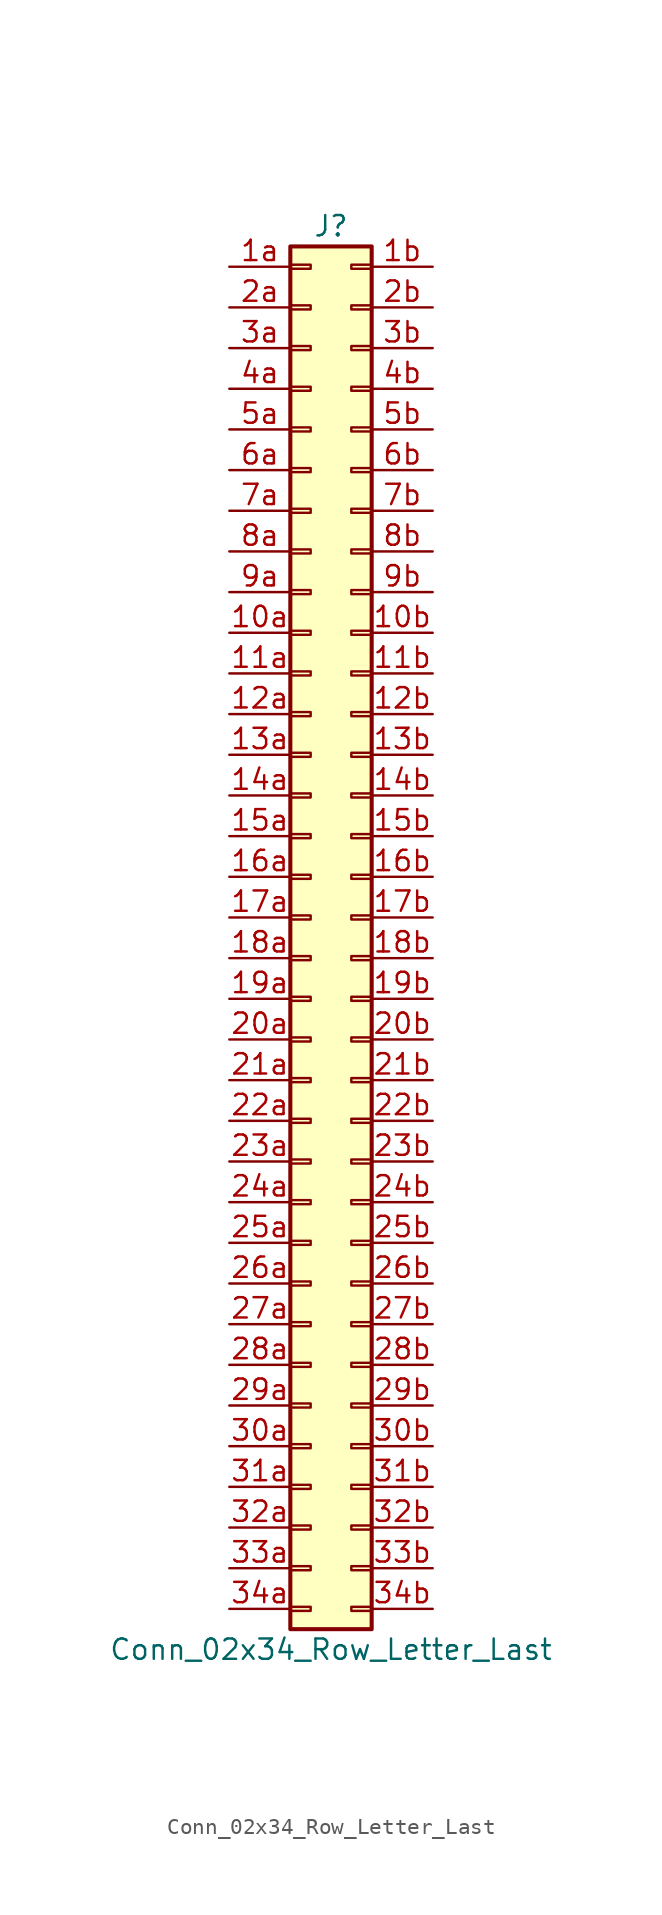
<source format=kicad_sym>
(kicad_symbol_lib
  (version 20201005)
  (generator kicad_symbol_editor)
  (symbol "Connector_Generic:Conn_02x34_Row_Letter_Last"
    (pin_names
      (offset 1.016) hide)
    (property "Reference" "J"
      (at 1.27 43.18 0)
      (effects (font (size 1.27 1.27))))
    (property "Value" "Conn_02x34_Row_Letter_Last"
      (at 1.27 -45.72 0)
      (effects (font (size 1.27 1.27))))
    (symbol "Conn_02x34_Row_Letter_Last_1_1"
      (rectangle (start -1.27 -27.813) (end 0 -28.067) (stroke (width 0.152)) (fill (type none)))
      (rectangle (start -1.27 -30.353) (end 0 -30.607) (stroke (width 0.152)) (fill (type none)))
      (rectangle (start -1.27 -32.893) (end 0 -33.147) (stroke (width 0.152)) (fill (type none)))
      (rectangle (start -1.27 -35.433) (end 0 -35.687) (stroke (width 0.152)) (fill (type none)))
      (rectangle (start -1.27 -37.973) (end 0 -38.227) (stroke (width 0.152)) (fill (type none)))
      (rectangle (start -1.27 -40.513) (end 0 -40.767) (stroke (width 0.152)) (fill (type none)))
      (rectangle (start -1.27 -43.053) (end 0 -43.307) (stroke (width 0.152)) (fill (type none)))
      (rectangle (start -1.27 -4.953) (end 0 -5.207) (stroke (width 0.152)) (fill (type none)))
      (rectangle (start -1.27 -7.493) (end 0 -7.747) (stroke (width 0.152)) (fill (type none)))
      (rectangle (start -1.27 -10.033) (end 0 -10.287) (stroke (width 0.152)) (fill (type none)))
      (rectangle (start -1.27 -12.573) (end 0 -12.827) (stroke (width 0.152)) (fill (type none)))
      (rectangle (start -1.27 -15.113) (end 0 -15.367) (stroke (width 0.152)) (fill (type none)))
      (rectangle (start -1.27 -17.653) (end 0 -17.907) (stroke (width 0.152)) (fill (type none)))
      (rectangle (start -1.27 -20.193) (end 0 -20.447) (stroke (width 0.152)) (fill (type none)))
      (rectangle (start -1.27 -22.733) (end 0 -22.987) (stroke (width 0.152)) (fill (type none)))
      (rectangle (start -1.27 -2.413) (end 0 -2.667) (stroke (width 0.152)) (fill (type none)))
      (rectangle (start -1.27 -25.273) (end 0 -25.527) (stroke (width 0.152)) (fill (type none)))
      (rectangle (start -1.27 25.527) (end 0 25.273) (stroke (width 0.152)) (fill (type none)))
      (rectangle (start -1.27 2.667) (end 0 2.413) (stroke (width 0.152)) (fill (type none)))
      (rectangle (start -1.27 28.067) (end 0 27.813) (stroke (width 0.152)) (fill (type none)))
      (rectangle (start -1.27 30.607) (end 0 30.353) (stroke (width 0.152)) (fill (type none)))
      (rectangle (start -1.27 33.147) (end 0 32.893) (stroke (width 0.152)) (fill (type none)))
      (rectangle (start -1.27 35.687) (end 0 35.433) (stroke (width 0.152)) (fill (type none)))
      (rectangle (start -1.27 38.227) (end 0 37.973) (stroke (width 0.152)) (fill (type none)))
      (rectangle (start -1.27 40.767) (end 0 40.513) (stroke (width 0.152)) (fill (type none)))
      (rectangle (start -1.27 41.91) (end 3.81 -44.45) (stroke (width 0.254)) (fill (type background)))
      (rectangle (start -1.27 5.207) (end 0 4.953) (stroke (width 0.152)) (fill (type none)))
      (rectangle (start -1.27 7.747) (end 0 7.493) (stroke (width 0.152)) (fill (type none)))
      (rectangle (start -1.27 10.287) (end 0 10.033) (stroke (width 0.152)) (fill (type none)))
      (rectangle (start -1.27 0.127) (end 0 -0.127) (stroke (width 0.152)) (fill (type none)))
      (rectangle (start -1.27 12.827) (end 0 12.573) (stroke (width 0.152)) (fill (type none)))
      (rectangle (start -1.27 15.367) (end 0 15.113) (stroke (width 0.152)) (fill (type none)))
      (rectangle (start -1.27 17.907) (end 0 17.653) (stroke (width 0.152)) (fill (type none)))
      (rectangle (start -1.27 20.447) (end 0 20.193) (stroke (width 0.152)) (fill (type none)))
      (rectangle (start -1.27 22.987) (end 0 22.733) (stroke (width 0.152)) (fill (type none)))
      (rectangle (start 3.81 -27.813) (end 2.54 -28.067) (stroke (width 0.152)) (fill (type none)))
      (rectangle (start 3.81 -30.353) (end 2.54 -30.607) (stroke (width 0.152)) (fill (type none)))
      (rectangle (start 3.81 -32.893) (end 2.54 -33.147) (stroke (width 0.152)) (fill (type none)))
      (rectangle (start 3.81 -35.433) (end 2.54 -35.687) (stroke (width 0.152)) (fill (type none)))
      (rectangle (start 3.81 -37.973) (end 2.54 -38.227) (stroke (width 0.152)) (fill (type none)))
      (rectangle (start 3.81 -40.513) (end 2.54 -40.767) (stroke (width 0.152)) (fill (type none)))
      (rectangle (start 3.81 -43.053) (end 2.54 -43.307) (stroke (width 0.152)) (fill (type none)))
      (rectangle (start 3.81 -4.953) (end 2.54 -5.207) (stroke (width 0.152)) (fill (type none)))
      (rectangle (start 3.81 -7.493) (end 2.54 -7.747) (stroke (width 0.152)) (fill (type none)))
      (rectangle (start 3.81 -10.033) (end 2.54 -10.287) (stroke (width 0.152)) (fill (type none)))
      (rectangle (start 3.81 -12.573) (end 2.54 -12.827) (stroke (width 0.152)) (fill (type none)))
      (rectangle (start 3.81 -15.113) (end 2.54 -15.367) (stroke (width 0.152)) (fill (type none)))
      (rectangle (start 3.81 -17.653) (end 2.54 -17.907) (stroke (width 0.152)) (fill (type none)))
      (rectangle (start 3.81 -20.193) (end 2.54 -20.447) (stroke (width 0.152)) (fill (type none)))
      (rectangle (start 3.81 -22.733) (end 2.54 -22.987) (stroke (width 0.152)) (fill (type none)))
      (rectangle (start 3.81 -2.413) (end 2.54 -2.667) (stroke (width 0.152)) (fill (type none)))
      (rectangle (start 3.81 -25.273) (end 2.54 -25.527) (stroke (width 0.152)) (fill (type none)))
      (rectangle (start 3.81 25.527) (end 2.54 25.273) (stroke (width 0.152)) (fill (type none)))
      (rectangle (start 3.81 2.667) (end 2.54 2.413) (stroke (width 0.152)) (fill (type none)))
      (rectangle (start 3.81 28.067) (end 2.54 27.813) (stroke (width 0.152)) (fill (type none)))
      (rectangle (start 3.81 30.607) (end 2.54 30.353) (stroke (width 0.152)) (fill (type none)))
      (rectangle (start 3.81 33.147) (end 2.54 32.893) (stroke (width 0.152)) (fill (type none)))
      (rectangle (start 3.81 35.687) (end 2.54 35.433) (stroke (width 0.152)) (fill (type none)))
      (rectangle (start 3.81 38.227) (end 2.54 37.973) (stroke (width 0.152)) (fill (type none)))
      (rectangle (start 3.81 40.767) (end 2.54 40.513) (stroke (width 0.152)) (fill (type none)))
      (rectangle (start 3.81 5.207) (end 2.54 4.953) (stroke (width 0.152)) (fill (type none)))
      (rectangle (start 3.81 7.747) (end 2.54 7.493) (stroke (width 0.152)) (fill (type none)))
      (rectangle (start 3.81 10.287) (end 2.54 10.033) (stroke (width 0.152)) (fill (type none)))
      (rectangle (start 3.81 0.127) (end 2.54 -0.127) (stroke (width 0.152)) (fill (type none)))
      (rectangle (start 3.81 12.827) (end 2.54 12.573) (stroke (width 0.152)) (fill (type none)))
      (rectangle (start 3.81 15.367) (end 2.54 15.113) (stroke (width 0.152)) (fill (type none)))
      (rectangle (start 3.81 17.907) (end 2.54 17.653) (stroke (width 0.152)) (fill (type none)))
      (rectangle (start 3.81 20.447) (end 2.54 20.193) (stroke (width 0.152)) (fill (type none)))
      (rectangle (start 3.81 22.987) (end 2.54 22.733) (stroke (width 0.152)) (fill (type none)))
      (pin passive line (at -5.08 17.78 0) (length 3.81) (name "Pin_10a" (effects (font (size 1.27 1.27)))) (number "10a" (effects (font (size 1.27 1.27)))))
      (pin passive line (at 7.62 17.78 180) (length 3.81) (name "Pin_10b" (effects (font (size 1.27 1.27)))) (number "10b" (effects (font (size 1.27 1.27)))))
      (pin passive line (at -5.08 15.24 0) (length 3.81) (name "Pin_11a" (effects (font (size 1.27 1.27)))) (number "11a" (effects (font (size 1.27 1.27)))))
      (pin passive line (at 7.62 15.24 180) (length 3.81) (name "Pin_11b" (effects (font (size 1.27 1.27)))) (number "11b" (effects (font (size 1.27 1.27)))))
      (pin passive line (at -5.08 12.7 0) (length 3.81) (name "Pin_12a" (effects (font (size 1.27 1.27)))) (number "12a" (effects (font (size 1.27 1.27)))))
      (pin passive line (at 7.62 12.7 180) (length 3.81) (name "Pin_12b" (effects (font (size 1.27 1.27)))) (number "12b" (effects (font (size 1.27 1.27)))))
      (pin passive line (at -5.08 10.16 0) (length 3.81) (name "Pin_13a" (effects (font (size 1.27 1.27)))) (number "13a" (effects (font (size 1.27 1.27)))))
      (pin passive line (at 7.62 10.16 180) (length 3.81) (name "Pin_13b" (effects (font (size 1.27 1.27)))) (number "13b" (effects (font (size 1.27 1.27)))))
      (pin passive line (at -5.08 7.62 0) (length 3.81) (name "Pin_14a" (effects (font (size 1.27 1.27)))) (number "14a" (effects (font (size 1.27 1.27)))))
      (pin passive line (at 7.62 7.62 180) (length 3.81) (name "Pin_14b" (effects (font (size 1.27 1.27)))) (number "14b" (effects (font (size 1.27 1.27)))))
      (pin passive line (at -5.08 5.08 0) (length 3.81) (name "Pin_15a" (effects (font (size 1.27 1.27)))) (number "15a" (effects (font (size 1.27 1.27)))))
      (pin passive line (at 7.62 5.08 180) (length 3.81) (name "Pin_15b" (effects (font (size 1.27 1.27)))) (number "15b" (effects (font (size 1.27 1.27)))))
      (pin passive line (at -5.08 2.54 0) (length 3.81) (name "Pin_16a" (effects (font (size 1.27 1.27)))) (number "16a" (effects (font (size 1.27 1.27)))))
      (pin passive line (at 7.62 2.54 180) (length 3.81) (name "Pin_16b" (effects (font (size 1.27 1.27)))) (number "16b" (effects (font (size 1.27 1.27)))))
      (pin passive line (at -5.08 0 0) (length 3.81) (name "Pin_17a" (effects (font (size 1.27 1.27)))) (number "17a" (effects (font (size 1.27 1.27)))))
      (pin passive line (at 7.62 0 180) (length 3.81) (name "Pin_17b" (effects (font (size 1.27 1.27)))) (number "17b" (effects (font (size 1.27 1.27)))))
      (pin passive line (at -5.08 -2.54 0) (length 3.81) (name "Pin_18a" (effects (font (size 1.27 1.27)))) (number "18a" (effects (font (size 1.27 1.27)))))
      (pin passive line (at 7.62 -2.54 180) (length 3.81) (name "Pin_18b" (effects (font (size 1.27 1.27)))) (number "18b" (effects (font (size 1.27 1.27)))))
      (pin passive line (at -5.08 -5.08 0) (length 3.81) (name "Pin_19a" (effects (font (size 1.27 1.27)))) (number "19a" (effects (font (size 1.27 1.27)))))
      (pin passive line (at 7.62 -5.08 180) (length 3.81) (name "Pin_19b" (effects (font (size 1.27 1.27)))) (number "19b" (effects (font (size 1.27 1.27)))))
      (pin passive line (at -5.08 40.64 0) (length 3.81) (name "Pin_1a" (effects (font (size 1.27 1.27)))) (number "1a" (effects (font (size 1.27 1.27)))))
      (pin passive line (at 7.62 40.64 180) (length 3.81) (name "Pin_1b" (effects (font (size 1.27 1.27)))) (number "1b" (effects (font (size 1.27 1.27)))))
      (pin passive line (at -5.08 -7.62 0) (length 3.81) (name "Pin_20a" (effects (font (size 1.27 1.27)))) (number "20a" (effects (font (size 1.27 1.27)))))
      (pin passive line (at 7.62 -7.62 180) (length 3.81) (name "Pin_20b" (effects (font (size 1.27 1.27)))) (number "20b" (effects (font (size 1.27 1.27)))))
      (pin passive line (at -5.08 -10.16 0) (length 3.81) (name "Pin_21a" (effects (font (size 1.27 1.27)))) (number "21a" (effects (font (size 1.27 1.27)))))
      (pin passive line (at 7.62 -10.16 180) (length 3.81) (name "Pin_21b" (effects (font (size 1.27 1.27)))) (number "21b" (effects (font (size 1.27 1.27)))))
      (pin passive line (at -5.08 -12.7 0) (length 3.81) (name "Pin_22a" (effects (font (size 1.27 1.27)))) (number "22a" (effects (font (size 1.27 1.27)))))
      (pin passive line (at 7.62 -12.7 180) (length 3.81) (name "Pin_22b" (effects (font (size 1.27 1.27)))) (number "22b" (effects (font (size 1.27 1.27)))))
      (pin passive line (at -5.08 -15.24 0) (length 3.81) (name "Pin_23a" (effects (font (size 1.27 1.27)))) (number "23a" (effects (font (size 1.27 1.27)))))
      (pin passive line (at 7.62 -15.24 180) (length 3.81) (name "Pin_23b" (effects (font (size 1.27 1.27)))) (number "23b" (effects (font (size 1.27 1.27)))))
      (pin passive line (at -5.08 -17.78 0) (length 3.81) (name "Pin_24a" (effects (font (size 1.27 1.27)))) (number "24a" (effects (font (size 1.27 1.27)))))
      (pin passive line (at 7.62 -17.78 180) (length 3.81) (name "Pin_24b" (effects (font (size 1.27 1.27)))) (number "24b" (effects (font (size 1.27 1.27)))))
      (pin passive line (at -5.08 -20.32 0) (length 3.81) (name "Pin_25a" (effects (font (size 1.27 1.27)))) (number "25a" (effects (font (size 1.27 1.27)))))
      (pin passive line (at 7.62 -20.32 180) (length 3.81) (name "Pin_25b" (effects (font (size 1.27 1.27)))) (number "25b" (effects (font (size 1.27 1.27)))))
      (pin passive line (at -5.08 -22.86 0) (length 3.81) (name "Pin_26a" (effects (font (size 1.27 1.27)))) (number "26a" (effects (font (size 1.27 1.27)))))
      (pin passive line (at 7.62 -22.86 180) (length 3.81) (name "Pin_26b" (effects (font (size 1.27 1.27)))) (number "26b" (effects (font (size 1.27 1.27)))))
      (pin passive line (at -5.08 -25.4 0) (length 3.81) (name "Pin_27a" (effects (font (size 1.27 1.27)))) (number "27a" (effects (font (size 1.27 1.27)))))
      (pin passive line (at 7.62 -25.4 180) (length 3.81) (name "Pin_27b" (effects (font (size 1.27 1.27)))) (number "27b" (effects (font (size 1.27 1.27)))))
      (pin passive line (at -5.08 -27.94 0) (length 3.81) (name "Pin_28a" (effects (font (size 1.27 1.27)))) (number "28a" (effects (font (size 1.27 1.27)))))
      (pin passive line (at 7.62 -27.94 180) (length 3.81) (name "Pin_28b" (effects (font (size 1.27 1.27)))) (number "28b" (effects (font (size 1.27 1.27)))))
      (pin passive line (at -5.08 -30.48 0) (length 3.81) (name "Pin_29a" (effects (font (size 1.27 1.27)))) (number "29a" (effects (font (size 1.27 1.27)))))
      (pin passive line (at 7.62 -30.48 180) (length 3.81) (name "Pin_29b" (effects (font (size 1.27 1.27)))) (number "29b" (effects (font (size 1.27 1.27)))))
      (pin passive line (at -5.08 38.1 0) (length 3.81) (name "Pin_2a" (effects (font (size 1.27 1.27)))) (number "2a" (effects (font (size 1.27 1.27)))))
      (pin passive line (at 7.62 38.1 180) (length 3.81) (name "Pin_2b" (effects (font (size 1.27 1.27)))) (number "2b" (effects (font (size 1.27 1.27)))))
      (pin passive line (at -5.08 -33.02 0) (length 3.81) (name "Pin_30a" (effects (font (size 1.27 1.27)))) (number "30a" (effects (font (size 1.27 1.27)))))
      (pin passive line (at 7.62 -33.02 180) (length 3.81) (name "Pin_30b" (effects (font (size 1.27 1.27)))) (number "30b" (effects (font (size 1.27 1.27)))))
      (pin passive line (at -5.08 -35.56 0) (length 3.81) (name "Pin_31a" (effects (font (size 1.27 1.27)))) (number "31a" (effects (font (size 1.27 1.27)))))
      (pin passive line (at 7.62 -35.56 180) (length 3.81) (name "Pin_31b" (effects (font (size 1.27 1.27)))) (number "31b" (effects (font (size 1.27 1.27)))))
      (pin passive line (at -5.08 -38.1 0) (length 3.81) (name "Pin_32a" (effects (font (size 1.27 1.27)))) (number "32a" (effects (font (size 1.27 1.27)))))
      (pin passive line (at 7.62 -38.1 180) (length 3.81) (name "Pin_32b" (effects (font (size 1.27 1.27)))) (number "32b" (effects (font (size 1.27 1.27)))))
      (pin passive line (at -5.08 -40.64 0) (length 3.81) (name "Pin_33a" (effects (font (size 1.27 1.27)))) (number "33a" (effects (font (size 1.27 1.27)))))
      (pin passive line (at 7.62 -40.64 180) (length 3.81) (name "Pin_33b" (effects (font (size 1.27 1.27)))) (number "33b" (effects (font (size 1.27 1.27)))))
      (pin passive line (at -5.08 -43.18 0) (length 3.81) (name "Pin_34a" (effects (font (size 1.27 1.27)))) (number "34a" (effects (font (size 1.27 1.27)))))
      (pin passive line (at 7.62 -43.18 180) (length 3.81) (name "Pin_34b" (effects (font (size 1.27 1.27)))) (number "34b" (effects (font (size 1.27 1.27)))))
      (pin passive line (at -5.08 35.56 0) (length 3.81) (name "Pin_3a" (effects (font (size 1.27 1.27)))) (number "3a" (effects (font (size 1.27 1.27)))))
      (pin passive line (at 7.62 35.56 180) (length 3.81) (name "Pin_3b" (effects (font (size 1.27 1.27)))) (number "3b" (effects (font (size 1.27 1.27)))))
      (pin passive line (at -5.08 33.02 0) (length 3.81) (name "Pin_4a" (effects (font (size 1.27 1.27)))) (number "4a" (effects (font (size 1.27 1.27)))))
      (pin passive line (at 7.62 33.02 180) (length 3.81) (name "Pin_4b" (effects (font (size 1.27 1.27)))) (number "4b" (effects (font (size 1.27 1.27)))))
      (pin passive line (at -5.08 30.48 0) (length 3.81) (name "Pin_5a" (effects (font (size 1.27 1.27)))) (number "5a" (effects (font (size 1.27 1.27)))))
      (pin passive line (at 7.62 30.48 180) (length 3.81) (name "Pin_5b" (effects (font (size 1.27 1.27)))) (number "5b" (effects (font (size 1.27 1.27)))))
      (pin passive line (at -5.08 27.94 0) (length 3.81) (name "Pin_6a" (effects (font (size 1.27 1.27)))) (number "6a" (effects (font (size 1.27 1.27)))))
      (pin passive line (at 7.62 27.94 180) (length 3.81) (name "Pin_6b" (effects (font (size 1.27 1.27)))) (number "6b" (effects (font (size 1.27 1.27)))))
      (pin passive line (at -5.08 25.4 0) (length 3.81) (name "Pin_7a" (effects (font (size 1.27 1.27)))) (number "7a" (effects (font (size 1.27 1.27)))))
      (pin passive line (at 7.62 25.4 180) (length 3.81) (name "Pin_7b" (effects (font (size 1.27 1.27)))) (number "7b" (effects (font (size 1.27 1.27)))))
      (pin passive line (at -5.08 22.86 0) (length 3.81) (name "Pin_8a" (effects (font (size 1.27 1.27)))) (number "8a" (effects (font (size 1.27 1.27)))))
      (pin passive line (at 7.62 22.86 180) (length 3.81) (name "Pin_8b" (effects (font (size 1.27 1.27)))) (number "8b" (effects (font (size 1.27 1.27)))))
      (pin passive line (at -5.08 20.32 0) (length 3.81) (name "Pin_9a" (effects (font (size 1.27 1.27)))) (number "9a" (effects (font (size 1.27 1.27)))))
      (pin passive line (at 7.62 20.32 180) (length 3.81) (name "Pin_9b" (effects (font (size 1.27 1.27)))) (number "9b" (effects (font (size 1.27 1.27))))))))
</source>
